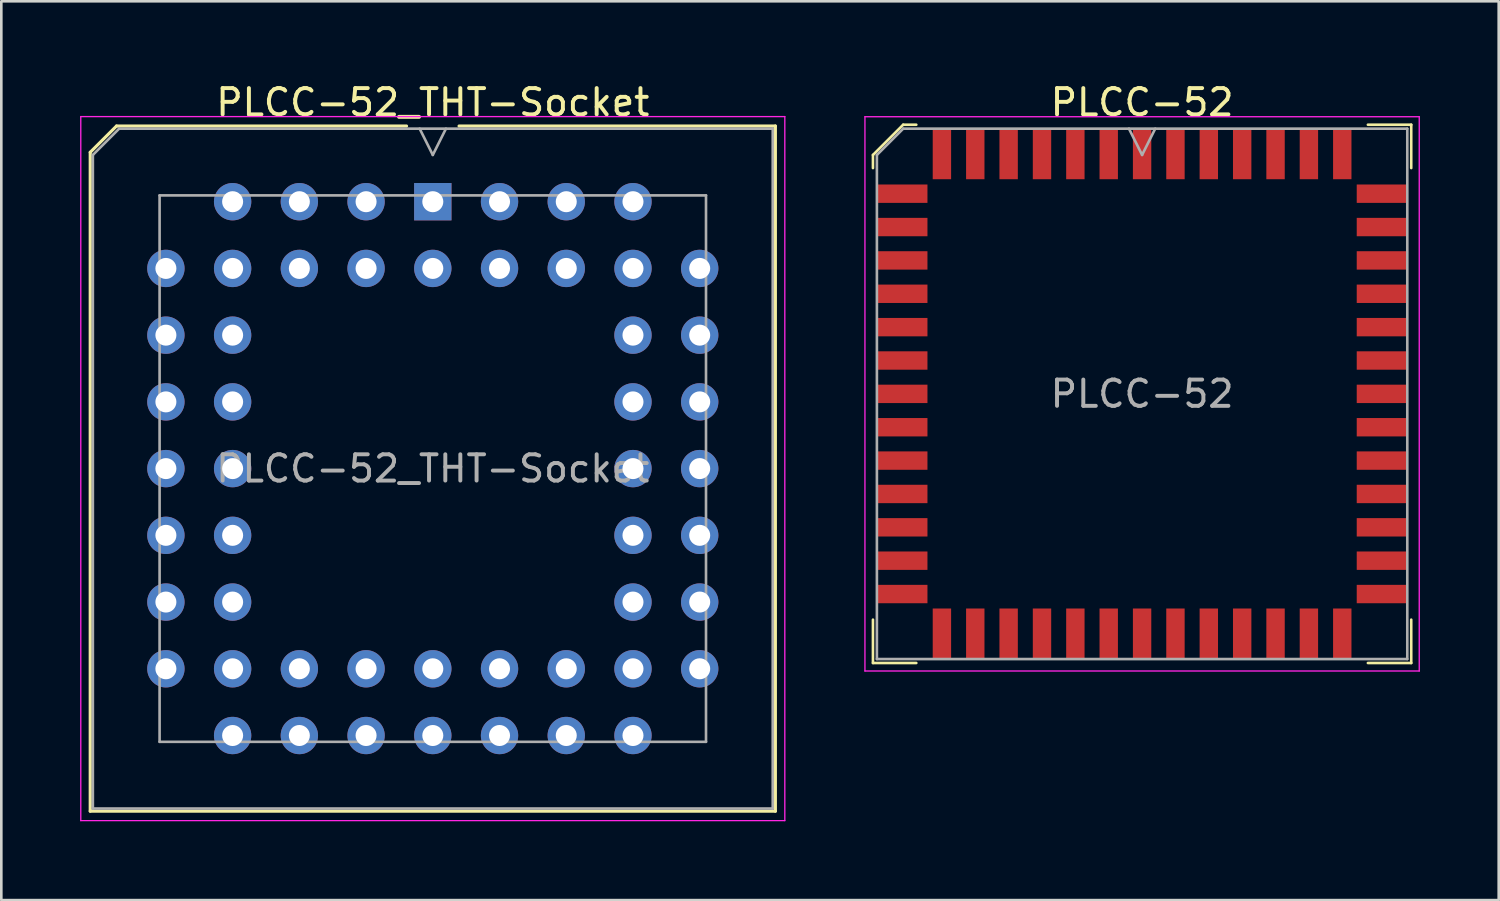
<source format=kicad_pcb>
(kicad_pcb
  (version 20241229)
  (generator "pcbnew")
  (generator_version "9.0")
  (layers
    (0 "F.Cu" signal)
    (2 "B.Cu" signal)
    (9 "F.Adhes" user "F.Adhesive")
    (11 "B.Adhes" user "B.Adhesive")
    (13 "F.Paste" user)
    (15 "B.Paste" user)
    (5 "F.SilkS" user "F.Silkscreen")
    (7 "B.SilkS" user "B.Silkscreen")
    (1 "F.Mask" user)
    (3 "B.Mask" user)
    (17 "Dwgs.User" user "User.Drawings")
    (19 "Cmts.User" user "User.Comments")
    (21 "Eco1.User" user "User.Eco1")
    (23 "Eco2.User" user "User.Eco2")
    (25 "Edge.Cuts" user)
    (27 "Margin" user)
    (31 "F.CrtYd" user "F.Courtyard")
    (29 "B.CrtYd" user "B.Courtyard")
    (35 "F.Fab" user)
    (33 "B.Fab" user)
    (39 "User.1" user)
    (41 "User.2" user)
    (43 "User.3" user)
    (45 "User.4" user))
  (footprint "PLCC-52_THT-Socket"
    (layer "F.Cu")
    (at 13.425 4.628)
    (property "Reference" "PLCC-52_THT-Socket" (at 0 -3.78 0) (layer "F.SilkS") (effects (font (size 1 1) (thickness 0.15))))
    (attr through_hole)
    (fp_line (start -13.04 -1.88) (end -13.04 23.2) (stroke (width 0.12) (type solid)) (layer "F.SilkS"))
    (fp_line (start -13.04 23.2) (end 13.04 23.2) (stroke (width 0.12) (type solid)) (layer "F.SilkS"))
    (fp_line (start -12.04 -2.88) (end -13.04 -1.88) (stroke (width 0.12) (type solid)) (layer "F.SilkS"))
    (fp_line (start -1 -2.88) (end -12.04 -2.88) (stroke (width 0.12) (type solid)) (layer "F.SilkS"))
    (fp_line (start 13.04 -2.88) (end 1 -2.88) (stroke (width 0.12) (type solid)) (layer "F.SilkS"))
    (fp_line (start 13.04 23.2) (end 13.04 -2.88) (stroke (width 0.12) (type solid)) (layer "F.SilkS"))
    (fp_line (start -13.4 -3.24) (end -13.4 23.56) (stroke (width 0.05) (type solid)) (layer "F.CrtYd"))
    (fp_line (start -13.4 23.56) (end 13.4 23.56) (stroke (width 0.05) (type solid)) (layer "F.CrtYd"))
    (fp_line (start 13.4 -3.24) (end -13.4 -3.24) (stroke (width 0.05) (type solid)) (layer "F.CrtYd"))
    (fp_line (start 13.4 23.56) (end 13.4 -3.24) (stroke (width 0.05) (type solid)) (layer "F.CrtYd"))
    (fp_line (start -12.94 -1.78) (end -12.94 23.1) (stroke (width 0.1) (type solid)) (layer "F.Fab"))
    (fp_line (start -12.94 23.1) (end 12.94 23.1) (stroke (width 0.1) (type solid)) (layer "F.Fab"))
    (fp_line (start -11.94 -2.78) (end -12.94 -1.78) (stroke (width 0.1) (type solid)) (layer "F.Fab"))
    (fp_line (start -10.4 -0.24) (end -10.4 20.56) (stroke (width 0.1) (type solid)) (layer "F.Fab"))
    (fp_line (start -10.4 20.56) (end 10.4 20.56) (stroke (width 0.1) (type solid)) (layer "F.Fab"))
    (fp_line (start -0.5 -2.78) (end 0 -1.78) (stroke (width 0.1) (type solid)) (layer "F.Fab"))
    (fp_line (start 0 -1.78) (end 0.5 -2.78) (stroke (width 0.1) (type solid)) (layer "F.Fab"))
    (fp_line (start 10.4 -0.24) (end -10.4 -0.24) (stroke (width 0.1) (type solid)) (layer "F.Fab"))
    (fp_line (start 10.4 20.56) (end 10.4 -0.24) (stroke (width 0.1) (type solid)) (layer "F.Fab"))
    (fp_line (start 12.94 -2.78) (end -11.94 -2.78) (stroke (width 0.1) (type solid)) (layer "F.Fab"))
    (fp_line (start 12.94 23.1) (end 12.94 -2.78) (stroke (width 0.1) (type solid)) (layer "F.Fab"))
    (fp_text user "${REFERENCE}" (at 0 10.16 0) (layer "F.Fab") (effects (font (size 1 1) (thickness 0.15))))
    (pad "1" thru_hole rect (at 0 0) (size 1.422 1.422) (drill 0.8) (layers "*.Cu" "*.Mask"))
    (pad "2" thru_hole circle (at 0 2.54) (size 1.422 1.422) (drill 0.8) (layers "*.Cu" "*.Mask"))
    (pad "3" thru_hole circle (at -2.54 0) (size 1.422 1.422) (drill 0.8) (layers "*.Cu" "*.Mask"))
    (pad "4" thru_hole circle (at -2.54 2.54) (size 1.422 1.422) (drill 0.8) (layers "*.Cu" "*.Mask"))
    (pad "5" thru_hole circle (at -5.08 0) (size 1.422 1.422) (drill 0.8) (layers "*.Cu" "*.Mask"))
    (pad "6" thru_hole circle (at -5.08 2.54) (size 1.422 1.422) (drill 0.8) (layers "*.Cu" "*.Mask"))
    (pad "7" thru_hole circle (at -7.62 0) (size 1.422 1.422) (drill 0.8) (layers "*.Cu" "*.Mask"))
    (pad "8" thru_hole circle (at -10.16 2.54) (size 1.422 1.422) (drill 0.8) (layers "*.Cu" "*.Mask"))
    (pad "9" thru_hole circle (at -7.62 2.54) (size 1.422 1.422) (drill 0.8) (layers "*.Cu" "*.Mask"))
    (pad "10" thru_hole circle (at -10.16 5.08) (size 1.422 1.422) (drill 0.8) (layers "*.Cu" "*.Mask"))
    (pad "11" thru_hole circle (at -7.62 5.08) (size 1.422 1.422) (drill 0.8) (layers "*.Cu" "*.Mask"))
    (pad "12" thru_hole circle (at -10.16 7.62) (size 1.422 1.422) (drill 0.8) (layers "*.Cu" "*.Mask"))
    (pad "13" thru_hole circle (at -7.62 7.62) (size 1.422 1.422) (drill 0.8) (layers "*.Cu" "*.Mask"))
    (pad "14" thru_hole circle (at -10.16 10.16) (size 1.422 1.422) (drill 0.8) (layers "*.Cu" "*.Mask"))
    (pad "15" thru_hole circle (at -7.62 10.16) (size 1.422 1.422) (drill 0.8) (layers "*.Cu" "*.Mask"))
    (pad "16" thru_hole circle (at -10.16 12.7) (size 1.422 1.422) (drill 0.8) (layers "*.Cu" "*.Mask"))
    (pad "17" thru_hole circle (at -7.62 12.7) (size 1.422 1.422) (drill 0.8) (layers "*.Cu" "*.Mask"))
    (pad "18" thru_hole circle (at -10.16 15.24) (size 1.422 1.422) (drill 0.8) (layers "*.Cu" "*.Mask"))
    (pad "19" thru_hole circle (at -7.62 15.24) (size 1.422 1.422) (drill 0.8) (layers "*.Cu" "*.Mask"))
    (pad "20" thru_hole circle (at -10.16 17.78) (size 1.422 1.422) (drill 0.8) (layers "*.Cu" "*.Mask"))
    (pad "21" thru_hole circle (at -7.62 20.32) (size 1.422 1.422) (drill 0.8) (layers "*.Cu" "*.Mask"))
    (pad "22" thru_hole circle (at -7.62 17.78) (size 1.422 1.422) (drill 0.8) (layers "*.Cu" "*.Mask"))
    (pad "23" thru_hole circle (at -5.08 20.32) (size 1.422 1.422) (drill 0.8) (layers "*.Cu" "*.Mask"))
    (pad "24" thru_hole circle (at -5.08 17.78) (size 1.422 1.422) (drill 0.8) (layers "*.Cu" "*.Mask"))
    (pad "25" thru_hole circle (at -2.54 20.32) (size 1.422 1.422) (drill 0.8) (layers "*.Cu" "*.Mask"))
    (pad "26" thru_hole circle (at -2.54 17.78) (size 1.422 1.422) (drill 0.8) (layers "*.Cu" "*.Mask"))
    (pad "27" thru_hole circle (at 0 20.32) (size 1.422 1.422) (drill 0.8) (layers "*.Cu" "*.Mask"))
    (pad "28" thru_hole circle (at 0 17.78) (size 1.422 1.422) (drill 0.8) (layers "*.Cu" "*.Mask"))
    (pad "29" thru_hole circle (at 2.54 20.32) (size 1.422 1.422) (drill 0.8) (layers "*.Cu" "*.Mask"))
    (pad "30" thru_hole circle (at 2.54 17.78) (size 1.422 1.422) (drill 0.8) (layers "*.Cu" "*.Mask"))
    (pad "31" thru_hole circle (at 5.08 20.32) (size 1.422 1.422) (drill 0.8) (layers "*.Cu" "*.Mask"))
    (pad "32" thru_hole circle (at 5.08 17.78) (size 1.422 1.422) (drill 0.8) (layers "*.Cu" "*.Mask"))
    (pad "33" thru_hole circle (at 7.62 20.32) (size 1.422 1.422) (drill 0.8) (layers "*.Cu" "*.Mask"))
    (pad "34" thru_hole circle (at 10.16 17.78) (size 1.422 1.422) (drill 0.8) (layers "*.Cu" "*.Mask"))
    (pad "35" thru_hole circle (at 7.62 17.78) (size 1.422 1.422) (drill 0.8) (layers "*.Cu" "*.Mask"))
    (pad "36" thru_hole circle (at 10.16 15.24) (size 1.422 1.422) (drill 0.8) (layers "*.Cu" "*.Mask"))
    (pad "37" thru_hole circle (at 7.62 15.24) (size 1.422 1.422) (drill 0.8) (layers "*.Cu" "*.Mask"))
    (pad "38" thru_hole circle (at 10.16 12.7) (size 1.422 1.422) (drill 0.8) (layers "*.Cu" "*.Mask"))
    (pad "39" thru_hole circle (at 7.62 12.7) (size 1.422 1.422) (drill 0.8) (layers "*.Cu" "*.Mask"))
    (pad "40" thru_hole circle (at 10.16 10.16) (size 1.422 1.422) (drill 0.8) (layers "*.Cu" "*.Mask"))
    (pad "41" thru_hole circle (at 7.62 10.16) (size 1.422 1.422) (drill 0.8) (layers "*.Cu" "*.Mask"))
    (pad "42" thru_hole circle (at 10.16 7.62) (size 1.422 1.422) (drill 0.8) (layers "*.Cu" "*.Mask"))
    (pad "43" thru_hole circle (at 7.62 7.62) (size 1.422 1.422) (drill 0.8) (layers "*.Cu" "*.Mask"))
    (pad "44" thru_hole circle (at 10.16 5.08) (size 1.422 1.422) (drill 0.8) (layers "*.Cu" "*.Mask"))
    (pad "45" thru_hole circle (at 7.62 5.08) (size 1.422 1.422) (drill 0.8) (layers "*.Cu" "*.Mask"))
    (pad "46" thru_hole circle (at 10.16 2.54) (size 1.422 1.422) (drill 0.8) (layers "*.Cu" "*.Mask"))
    (pad "47" thru_hole circle (at 7.62 0) (size 1.422 1.422) (drill 0.8) (layers "*.Cu" "*.Mask"))
    (pad "48" thru_hole circle (at 7.62 2.54) (size 1.422 1.422) (drill 0.8) (layers "*.Cu" "*.Mask"))
    (pad "49" thru_hole circle (at 5.08 0) (size 1.422 1.422) (drill 0.8) (layers "*.Cu" "*.Mask"))
    (pad "50" thru_hole circle (at 5.08 2.54) (size 1.422 1.422) (drill 0.8) (layers "*.Cu" "*.Mask"))
    (pad "51" thru_hole circle (at 2.54 0) (size 1.422 1.422) (drill 0.8) (layers "*.Cu" "*.Mask"))
    (pad "52" thru_hole circle (at 2.54 2.54) (size 1.422 1.422) (drill 0.8) (layers "*.Cu" "*.Mask")))
  (footprint "PLCC-52"
    (layer "F.Cu")
    (at 40.425 11.943)
    (property "Reference" "PLCC-52" (at 0 -11.095 0) (layer "F.SilkS") (effects (font (size 1 1) (thickness 0.15))))
    (attr smd)
    (fp_line (start -10.245 -9.095) (end -10.245 -8.595) (stroke (width 0.1) (type solid)) (layer "F.SilkS"))
    (fp_line (start -10.245 10.245) (end -10.245 8.595) (stroke (width 0.1) (type solid)) (layer "F.SilkS"))
    (fp_line (start -9.095 -10.245) (end -10.245 -9.095) (stroke (width 0.1) (type solid)) (layer "F.SilkS"))
    (fp_line (start -8.595 -10.245) (end -9.095 -10.245) (stroke (width 0.1) (type solid)) (layer "F.SilkS"))
    (fp_line (start -8.595 10.245) (end -10.245 10.245) (stroke (width 0.1) (type solid)) (layer "F.SilkS"))
    (fp_line (start 8.595 -10.245) (end 10.245 -10.245) (stroke (width 0.1) (type solid)) (layer "F.SilkS"))
    (fp_line (start 8.595 10.245) (end 10.245 10.245) (stroke (width 0.1) (type solid)) (layer "F.SilkS"))
    (fp_line (start 10.245 -10.245) (end 10.245 -8.595) (stroke (width 0.1) (type solid)) (layer "F.SilkS"))
    (fp_line (start 10.245 10.245) (end 10.245 8.595) (stroke (width 0.1) (type solid)) (layer "F.SilkS"))
    (fp_line (start -10.55 -10.55) (end -10.55 10.55) (stroke (width 0.05) (type solid)) (layer "F.CrtYd"))
    (fp_line (start -10.55 10.55) (end 10.55 10.55) (stroke (width 0.05) (type solid)) (layer "F.CrtYd"))
    (fp_line (start 10.55 -10.55) (end -10.55 -10.55) (stroke (width 0.05) (type solid)) (layer "F.CrtYd"))
    (fp_line (start 10.55 10.55) (end 10.55 -10.55) (stroke (width 0.05) (type solid)) (layer "F.CrtYd"))
    (fp_line (start -10.095 -9.095) (end -10.095 10.095) (stroke (width 0.1) (type solid)) (layer "F.Fab"))
    (fp_line (start -10.095 10.095) (end 10.095 10.095) (stroke (width 0.1) (type solid)) (layer "F.Fab"))
    (fp_line (start -9.095 -10.095) (end -10.095 -9.095) (stroke (width 0.1) (type solid)) (layer "F.Fab"))
    (fp_line (start -0.5 -10.095) (end 0 -9.095) (stroke (width 0.1) (type solid)) (layer "F.Fab"))
    (fp_line (start 0 -9.095) (end 0.5 -10.095) (stroke (width 0.1) (type solid)) (layer "F.Fab"))
    (fp_line (start 10.095 -10.095) (end -9.095 -10.095) (stroke (width 0.1) (type solid)) (layer "F.Fab"))
    (fp_line (start 10.095 10.095) (end 10.095 -10.095) (stroke (width 0.1) (type solid)) (layer "F.Fab"))
    (fp_text user "${REFERENCE}" (at 0 0 0) (layer "F.Fab") (effects (font (size 1 1) (thickness 0.15))))
    (pad "1" smd rect (at 0 -9.133) (size 0.7 1.925) (layers "F.Cu" "F.Mask" "F.Paste"))
    (pad "2" smd rect (at -1.27 -9.133) (size 0.7 1.925) (layers "F.Cu" "F.Mask" "F.Paste"))
    (pad "3" smd rect (at -2.54 -9.133) (size 0.7 1.925) (layers "F.Cu" "F.Mask" "F.Paste"))
    (pad "4" smd rect (at -3.81 -9.133) (size 0.7 1.925) (layers "F.Cu" "F.Mask" "F.Paste"))
    (pad "5" smd rect (at -5.08 -9.133) (size 0.7 1.925) (layers "F.Cu" "F.Mask" "F.Paste"))
    (pad "6" smd rect (at -6.35 -9.133) (size 0.7 1.925) (layers "F.Cu" "F.Mask" "F.Paste"))
    (pad "7" smd rect (at -7.62 -9.133) (size 0.7 1.925) (layers "F.Cu" "F.Mask" "F.Paste"))
    (pad "8" smd rect (at -9.133 -7.62) (size 1.925 0.7) (layers "F.Cu" "F.Mask" "F.Paste"))
    (pad "9" smd rect (at -9.133 -6.35) (size 1.925 0.7) (layers "F.Cu" "F.Mask" "F.Paste"))
    (pad "10" smd rect (at -9.133 -5.08) (size 1.925 0.7) (layers "F.Cu" "F.Mask" "F.Paste"))
    (pad "11" smd rect (at -9.133 -3.81) (size 1.925 0.7) (layers "F.Cu" "F.Mask" "F.Paste"))
    (pad "12" smd rect (at -9.133 -2.54) (size 1.925 0.7) (layers "F.Cu" "F.Mask" "F.Paste"))
    (pad "13" smd rect (at -9.133 -1.27) (size 1.925 0.7) (layers "F.Cu" "F.Mask" "F.Paste"))
    (pad "14" smd rect (at -9.133 0) (size 1.925 0.7) (layers "F.Cu" "F.Mask" "F.Paste"))
    (pad "15" smd rect (at -9.133 1.27) (size 1.925 0.7) (layers "F.Cu" "F.Mask" "F.Paste"))
    (pad "16" smd rect (at -9.133 2.54) (size 1.925 0.7) (layers "F.Cu" "F.Mask" "F.Paste"))
    (pad "17" smd rect (at -9.133 3.81) (size 1.925 0.7) (layers "F.Cu" "F.Mask" "F.Paste"))
    (pad "18" smd rect (at -9.133 5.08) (size 1.925 0.7) (layers "F.Cu" "F.Mask" "F.Paste"))
    (pad "19" smd rect (at -9.133 6.35) (size 1.925 0.7) (layers "F.Cu" "F.Mask" "F.Paste"))
    (pad "20" smd rect (at -9.133 7.62) (size 1.925 0.7) (layers "F.Cu" "F.Mask" "F.Paste"))
    (pad "21" smd rect (at -7.62 9.133) (size 0.7 1.925) (layers "F.Cu" "F.Mask" "F.Paste"))
    (pad "22" smd rect (at -6.35 9.133) (size 0.7 1.925) (layers "F.Cu" "F.Mask" "F.Paste"))
    (pad "23" smd rect (at -5.08 9.133) (size 0.7 1.925) (layers "F.Cu" "F.Mask" "F.Paste"))
    (pad "24" smd rect (at -3.81 9.133) (size 0.7 1.925) (layers "F.Cu" "F.Mask" "F.Paste"))
    (pad "25" smd rect (at -2.54 9.133) (size 0.7 1.925) (layers "F.Cu" "F.Mask" "F.Paste"))
    (pad "26" smd rect (at -1.27 9.133) (size 0.7 1.925) (layers "F.Cu" "F.Mask" "F.Paste"))
    (pad "27" smd rect (at 0 9.133) (size 0.7 1.925) (layers "F.Cu" "F.Mask" "F.Paste"))
    (pad "28" smd rect (at 1.27 9.133) (size 0.7 1.925) (layers "F.Cu" "F.Mask" "F.Paste"))
    (pad "29" smd rect (at 2.54 9.133) (size 0.7 1.925) (layers "F.Cu" "F.Mask" "F.Paste"))
    (pad "30" smd rect (at 3.81 9.133) (size 0.7 1.925) (layers "F.Cu" "F.Mask" "F.Paste"))
    (pad "31" smd rect (at 5.08 9.133) (size 0.7 1.925) (layers "F.Cu" "F.Mask" "F.Paste"))
    (pad "32" smd rect (at 6.35 9.133) (size 0.7 1.925) (layers "F.Cu" "F.Mask" "F.Paste"))
    (pad "33" smd rect (at 7.62 9.133) (size 0.7 1.925) (layers "F.Cu" "F.Mask" "F.Paste"))
    (pad "34" smd rect (at 9.133 7.62) (size 1.925 0.7) (layers "F.Cu" "F.Mask" "F.Paste"))
    (pad "35" smd rect (at 9.133 6.35) (size 1.925 0.7) (layers "F.Cu" "F.Mask" "F.Paste"))
    (pad "36" smd rect (at 9.133 5.08) (size 1.925 0.7) (layers "F.Cu" "F.Mask" "F.Paste"))
    (pad "37" smd rect (at 9.133 3.81) (size 1.925 0.7) (layers "F.Cu" "F.Mask" "F.Paste"))
    (pad "38" smd rect (at 9.133 2.54) (size 1.925 0.7) (layers "F.Cu" "F.Mask" "F.Paste"))
    (pad "39" smd rect (at 9.133 1.27) (size 1.925 0.7) (layers "F.Cu" "F.Mask" "F.Paste"))
    (pad "40" smd rect (at 9.133 0) (size 1.925 0.7) (layers "F.Cu" "F.Mask" "F.Paste"))
    (pad "41" smd rect (at 9.133 -1.27) (size 1.925 0.7) (layers "F.Cu" "F.Mask" "F.Paste"))
    (pad "42" smd rect (at 9.133 -2.54) (size 1.925 0.7) (layers "F.Cu" "F.Mask" "F.Paste"))
    (pad "43" smd rect (at 9.133 -3.81) (size 1.925 0.7) (layers "F.Cu" "F.Mask" "F.Paste"))
    (pad "44" smd rect (at 9.133 -5.08) (size 1.925 0.7) (layers "F.Cu" "F.Mask" "F.Paste"))
    (pad "45" smd rect (at 9.133 -6.35) (size 1.925 0.7) (layers "F.Cu" "F.Mask" "F.Paste"))
    (pad "46" smd rect (at 9.133 -7.62) (size 1.925 0.7) (layers "F.Cu" "F.Mask" "F.Paste"))
    (pad "47" smd rect (at 7.62 -9.133) (size 0.7 1.925) (layers "F.Cu" "F.Mask" "F.Paste"))
    (pad "48" smd rect (at 6.35 -9.133) (size 0.7 1.925) (layers "F.Cu" "F.Mask" "F.Paste"))
    (pad "49" smd rect (at 5.08 -9.133) (size 0.7 1.925) (layers "F.Cu" "F.Mask" "F.Paste"))
    (pad "50" smd rect (at 3.81 -9.133) (size 0.7 1.925) (layers "F.Cu" "F.Mask" "F.Paste"))
    (pad "51" smd rect (at 2.54 -9.133) (size 0.7 1.925) (layers "F.Cu" "F.Mask" "F.Paste"))
    (pad "52" smd rect (at 1.27 -9.133) (size 0.7 1.925) (layers "F.Cu" "F.Mask" "F.Paste")))
  (gr_rect
    (start -3 -3)
    (end 54 31.213)
    (stroke (width 0.1) (type default))
    (fill no)
    (layer "Edge.Cuts")))
</source>
